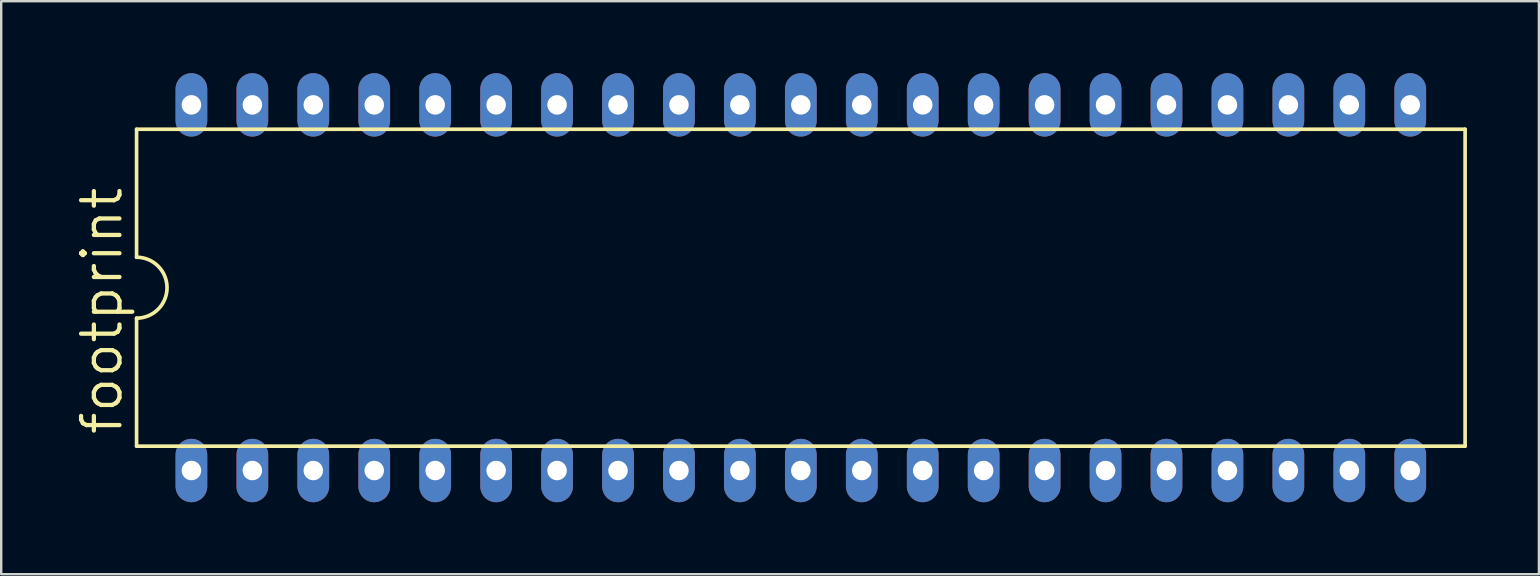
<source format=kicad_pcb>
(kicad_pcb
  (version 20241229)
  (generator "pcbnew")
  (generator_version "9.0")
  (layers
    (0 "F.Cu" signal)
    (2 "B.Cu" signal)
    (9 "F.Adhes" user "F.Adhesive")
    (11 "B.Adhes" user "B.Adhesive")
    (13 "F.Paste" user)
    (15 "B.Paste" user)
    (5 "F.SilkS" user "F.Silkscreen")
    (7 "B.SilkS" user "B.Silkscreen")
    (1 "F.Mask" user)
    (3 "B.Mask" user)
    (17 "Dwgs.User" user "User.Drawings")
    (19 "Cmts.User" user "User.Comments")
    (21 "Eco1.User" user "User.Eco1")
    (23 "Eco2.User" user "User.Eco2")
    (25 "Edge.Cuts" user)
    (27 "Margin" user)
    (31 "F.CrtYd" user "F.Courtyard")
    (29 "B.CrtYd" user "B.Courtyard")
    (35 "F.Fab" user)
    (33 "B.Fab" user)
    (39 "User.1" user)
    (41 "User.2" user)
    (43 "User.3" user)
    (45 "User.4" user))
  (footprint "footprint"
    (layer "F.Cu")
    (at 30.328 8.941)
    (property "Reference" "footprint" (at -28.194 6.223 90) (layer "F.SilkS") (effects (font (size 1.6 1.6) (thickness 0.178)) (justify left bottom)))
    (fp_line (start -27.686 -6.604) (end -27.686 -1.27) (stroke (width 0.152) (type solid)) (layer "F.SilkS"))
    (fp_line (start -27.686 -6.604) (end 27.686 -6.604) (stroke (width 0.152) (type solid)) (layer "F.SilkS"))
    (fp_line (start -27.686 1.27) (end -27.686 6.604) (stroke (width 0.152) (type solid)) (layer "F.SilkS"))
    (fp_line (start -27.686 6.604) (end 27.686 6.604) (stroke (width 0.152) (type solid)) (layer "F.SilkS"))
    (fp_line (start 27.686 6.604) (end 27.686 -6.604) (stroke (width 0.152) (type solid)) (layer "F.SilkS"))
    (fp_arc (start -27.686 -1.27) (mid -26.416 0) (end -27.686 1.27) (stroke (width 0.1524) (type solid)) (layer "F.SilkS"))
    (pad "1" thru_hole oval (at -25.4 7.62 90) (size 2.642 1.321) (drill 0.813) (layers "*.Cu" "*.Mask"))
    (pad "2" thru_hole oval (at -22.86 7.62 90) (size 2.642 1.321) (drill 0.813) (layers "*.Cu" "*.Mask"))
    (pad "3" thru_hole oval (at -20.32 7.62 90) (size 2.642 1.321) (drill 0.813) (layers "*.Cu" "*.Mask"))
    (pad "4" thru_hole oval (at -17.78 7.62 90) (size 2.642 1.321) (drill 0.813) (layers "*.Cu" "*.Mask"))
    (pad "5" thru_hole oval (at -15.24 7.62 90) (size 2.642 1.321) (drill 0.813) (layers "*.Cu" "*.Mask"))
    (pad "6" thru_hole oval (at -12.7 7.62 90) (size 2.642 1.321) (drill 0.813) (layers "*.Cu" "*.Mask"))
    (pad "7" thru_hole oval (at -10.16 7.62 90) (size 2.642 1.321) (drill 0.813) (layers "*.Cu" "*.Mask"))
    (pad "8" thru_hole oval (at -7.62 7.62 90) (size 2.642 1.321) (drill 0.813) (layers "*.Cu" "*.Mask"))
    (pad "9" thru_hole oval (at -5.08 7.62 90) (size 2.642 1.321) (drill 0.813) (layers "*.Cu" "*.Mask"))
    (pad "10" thru_hole oval (at -2.54 7.62 90) (size 2.642 1.321) (drill 0.813) (layers "*.Cu" "*.Mask"))
    (pad "11" thru_hole oval (at 0 7.62 90) (size 2.642 1.321) (drill 0.813) (layers "*.Cu" "*.Mask"))
    (pad "12" thru_hole oval (at 2.54 7.62 90) (size 2.642 1.321) (drill 0.813) (layers "*.Cu" "*.Mask"))
    (pad "13" thru_hole oval (at 5.08 7.62 90) (size 2.642 1.321) (drill 0.813) (layers "*.Cu" "*.Mask"))
    (pad "14" thru_hole oval (at 7.62 7.62 90) (size 2.642 1.321) (drill 0.813) (layers "*.Cu" "*.Mask"))
    (pad "15" thru_hole oval (at 10.16 7.62 90) (size 2.642 1.321) (drill 0.813) (layers "*.Cu" "*.Mask"))
    (pad "16" thru_hole oval (at 12.7 7.62 90) (size 2.642 1.321) (drill 0.813) (layers "*.Cu" "*.Mask"))
    (pad "17" thru_hole oval (at 15.24 7.62 90) (size 2.642 1.321) (drill 0.813) (layers "*.Cu" "*.Mask"))
    (pad "18" thru_hole oval (at 17.78 7.62 90) (size 2.642 1.321) (drill 0.813) (layers "*.Cu" "*.Mask"))
    (pad "19" thru_hole oval (at 20.32 7.62 90) (size 2.642 1.321) (drill 0.813) (layers "*.Cu" "*.Mask"))
    (pad "20" thru_hole oval (at 22.86 7.62 90) (size 2.642 1.321) (drill 0.813) (layers "*.Cu" "*.Mask"))
    (pad "21" thru_hole oval (at 25.4 7.62 90) (size 2.642 1.321) (drill 0.813) (layers "*.Cu" "*.Mask"))
    (pad "22" thru_hole oval (at 25.4 -7.62 90) (size 2.642 1.321) (drill 0.813) (layers "*.Cu" "*.Mask"))
    (pad "23" thru_hole oval (at 22.86 -7.62 90) (size 2.642 1.321) (drill 0.813) (layers "*.Cu" "*.Mask"))
    (pad "24" thru_hole oval (at 20.32 -7.62 90) (size 2.642 1.321) (drill 0.813) (layers "*.Cu" "*.Mask"))
    (pad "25" thru_hole oval (at 17.78 -7.62 90) (size 2.642 1.321) (drill 0.813) (layers "*.Cu" "*.Mask"))
    (pad "26" thru_hole oval (at 15.24 -7.62 90) (size 2.642 1.321) (drill 0.813) (layers "*.Cu" "*.Mask"))
    (pad "27" thru_hole oval (at 12.7 -7.62 90) (size 2.642 1.321) (drill 0.813) (layers "*.Cu" "*.Mask"))
    (pad "28" thru_hole oval (at 10.16 -7.62 90) (size 2.642 1.321) (drill 0.813) (layers "*.Cu" "*.Mask"))
    (pad "29" thru_hole oval (at 7.62 -7.62 90) (size 2.642 1.321) (drill 0.813) (layers "*.Cu" "*.Mask"))
    (pad "30" thru_hole oval (at 5.08 -7.62 90) (size 2.642 1.321) (drill 0.813) (layers "*.Cu" "*.Mask"))
    (pad "31" thru_hole oval (at 2.54 -7.62 90) (size 2.642 1.321) (drill 0.813) (layers "*.Cu" "*.Mask"))
    (pad "32" thru_hole oval (at 0 -7.62 90) (size 2.642 1.321) (drill 0.813) (layers "*.Cu" "*.Mask"))
    (pad "33" thru_hole oval (at -2.54 -7.62 90) (size 2.642 1.321) (drill 0.813) (layers "*.Cu" "*.Mask"))
    (pad "34" thru_hole oval (at -5.08 -7.62 90) (size 2.642 1.321) (drill 0.813) (layers "*.Cu" "*.Mask"))
    (pad "35" thru_hole oval (at -7.62 -7.62 90) (size 2.642 1.321) (drill 0.813) (layers "*.Cu" "*.Mask"))
    (pad "36" thru_hole oval (at -10.16 -7.62 90) (size 2.642 1.321) (drill 0.813) (layers "*.Cu" "*.Mask"))
    (pad "37" thru_hole oval (at -12.7 -7.62 90) (size 2.642 1.321) (drill 0.813) (layers "*.Cu" "*.Mask"))
    (pad "38" thru_hole oval (at -15.24 -7.62 90) (size 2.642 1.321) (drill 0.813) (layers "*.Cu" "*.Mask"))
    (pad "39" thru_hole oval (at -17.78 -7.62 90) (size 2.642 1.321) (drill 0.813) (layers "*.Cu" "*.Mask"))
    (pad "40" thru_hole oval (at -20.32 -7.62 90) (size 2.642 1.321) (drill 0.813) (layers "*.Cu" "*.Mask"))
    (pad "41" thru_hole oval (at -22.86 -7.62 90) (size 2.642 1.321) (drill 0.813) (layers "*.Cu" "*.Mask"))
    (pad "42" thru_hole oval (at -25.4 -7.62 90) (size 2.642 1.321) (drill 0.813) (layers "*.Cu" "*.Mask")))
  (gr_rect
    (start -3 -3)
    (end 61.09 20.882)
    (stroke (width 0.1) (type default))
    (fill no)
    (layer "Edge.Cuts")))
</source>
